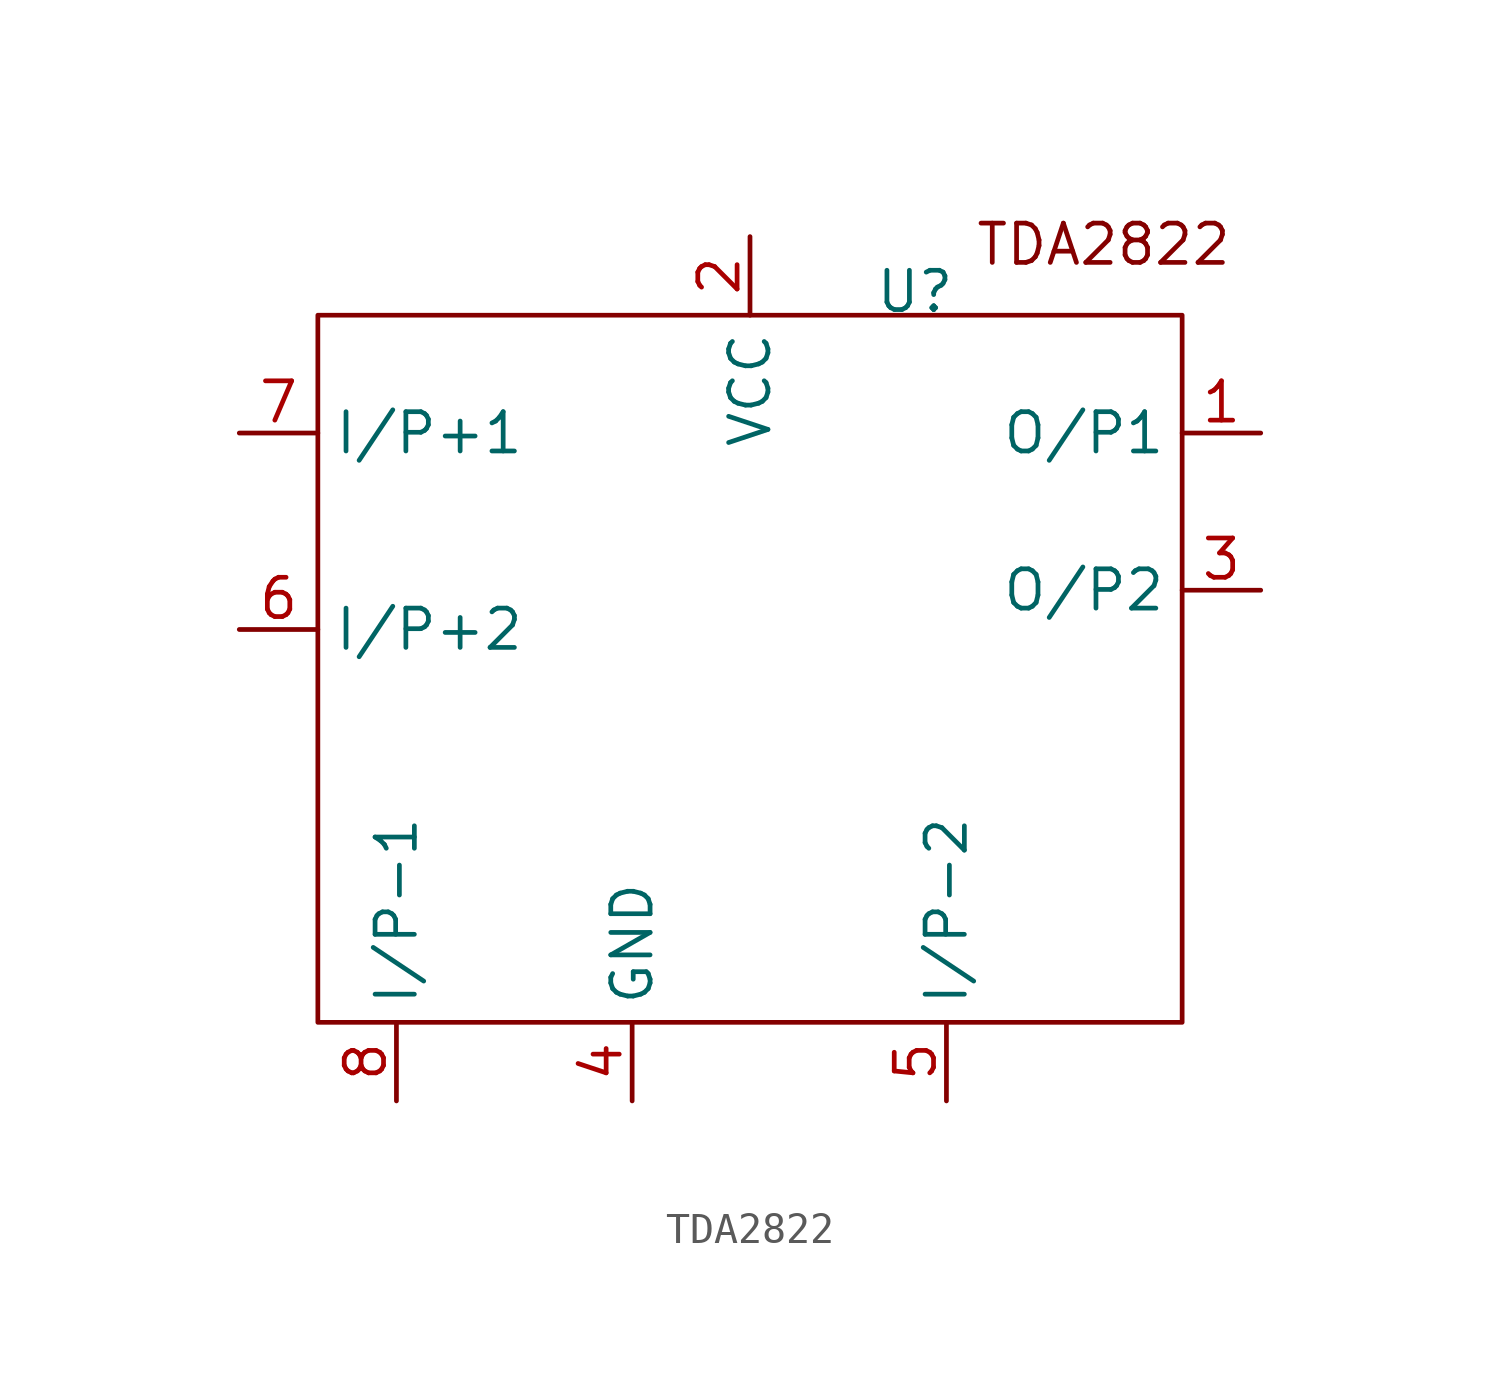
<source format=kicad_sym>
(kicad_symbol_lib
  (version 20241209)
  (generator "kicad_symbol_editor")
  (generator_version "9.0")
  (symbol "TDA2822"
    (property "Reference" "U"
      (at 5.334 14.732 0)
      (effects (font (size 1.27 1.27))))
    (property "Value" ""
      (at 0 0 0)
      (effects (font (size 1.27 1.27))))
    (symbol "TDA2822_0_1"
      (rectangle (start -13.97 13.97) (end 13.97 -8.89) (stroke (width 0) (type default)) (fill (type none))))
    (symbol "TDA2822_1_1"
      (text "TDA2822" (at 11.43 16.256 0) (effects (font (size 1.27 1.27))))
      (pin input line (at -16.51 10.16 0) (length 2.54) (name "I/P+1" (effects (font (size 1.27 1.27)))) (number "7" (effects (font (size 1.27 1.27)))))
      (pin input line (at -16.51 3.81 0) (length 2.54) (name "I/P+2" (effects (font (size 1.27 1.27)))) (number "6" (effects (font (size 1.27 1.27)))))
      (pin input line (at -11.43 -11.43 90) (length 2.54) (name "I/P-1" (effects (font (size 1.27 1.27)))) (number "8" (effects (font (size 1.27 1.27)))))
      (pin input line (at -3.81 -11.43 90) (length 2.54) (name "GND" (effects (font (size 1.27 1.27)))) (number "4" (effects (font (size 1.27 1.27)))))
      (pin input line (at 0 16.51 270) (length 2.54) (name "VCC" (effects (font (size 1.27 1.27)))) (number "2" (effects (font (size 1.27 1.27)))))
      (pin input line (at 6.35 -11.43 90) (length 2.54) (name "I/P-2" (effects (font (size 1.27 1.27)))) (number "5" (effects (font (size 1.27 1.27)))))
      (pin input line (at 16.51 10.16 180) (length 2.54) (name "O/P1" (effects (font (size 1.27 1.27)))) (number "1" (effects (font (size 1.27 1.27)))))
      (pin input line (at 16.51 5.08 180) (length 2.54) (name "O/P2" (effects (font (size 1.27 1.27)))) (number "3" (effects (font (size 1.27 1.27))))))))
</source>
